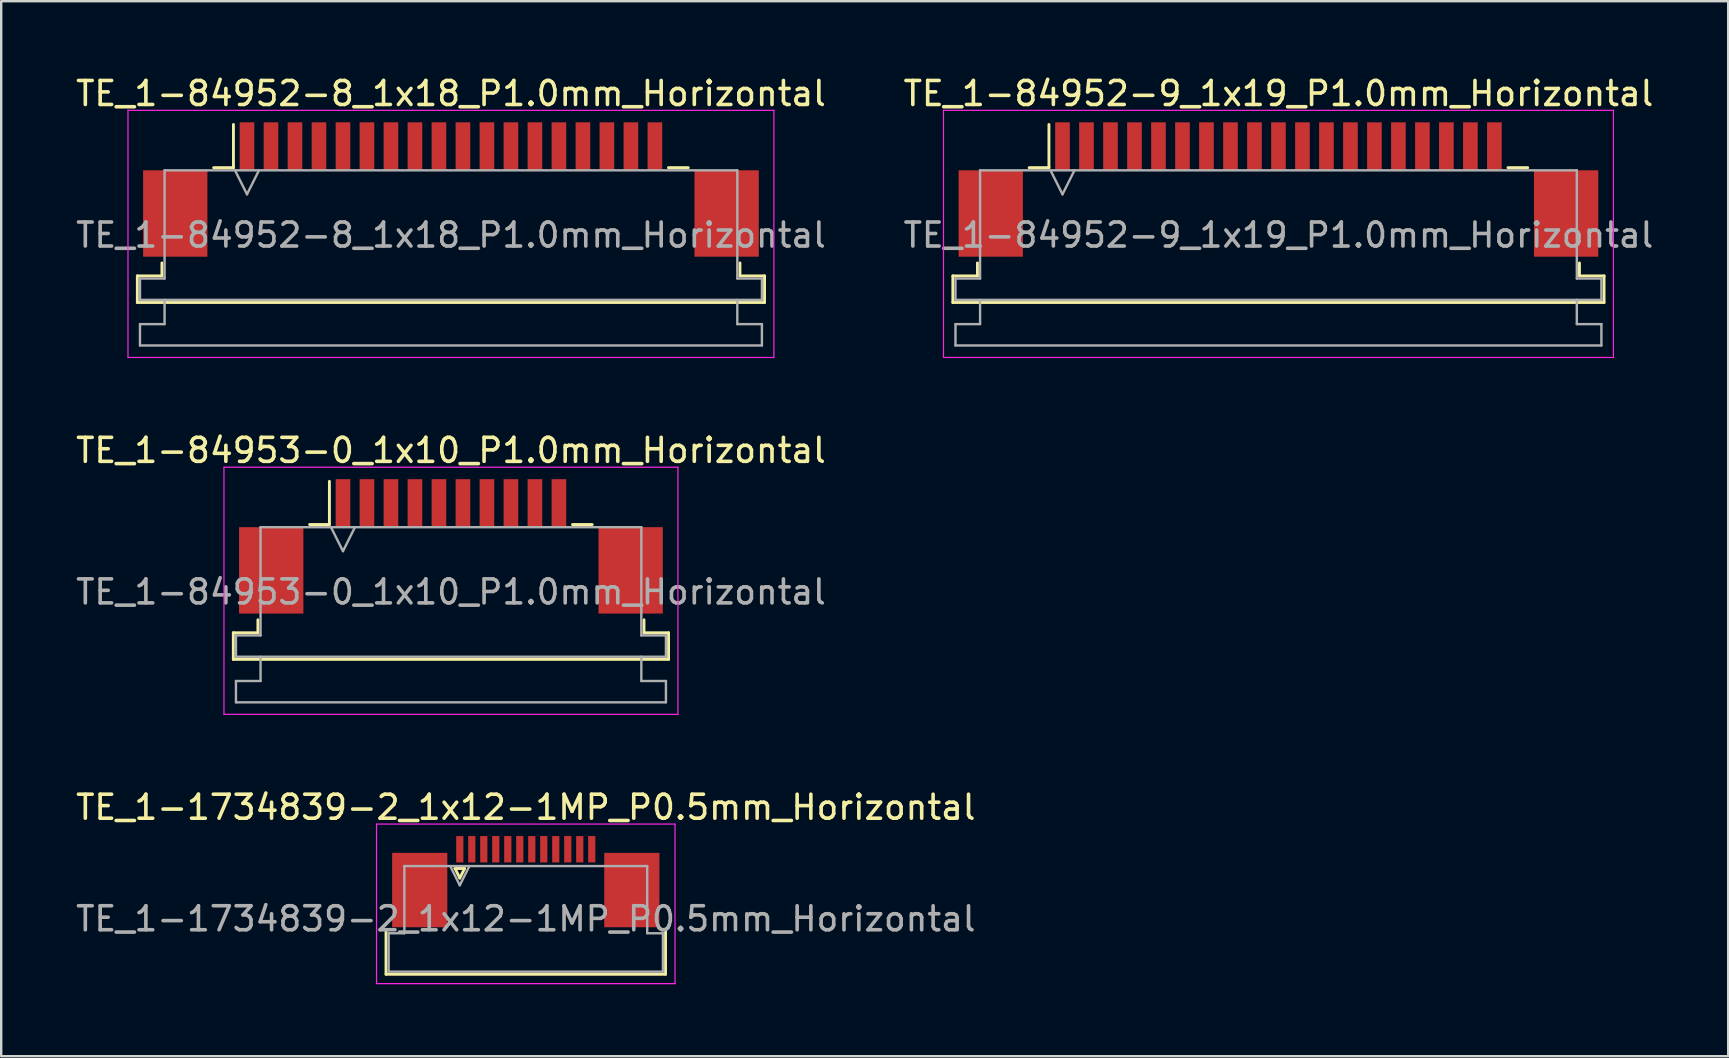
<source format=kicad_pcb>
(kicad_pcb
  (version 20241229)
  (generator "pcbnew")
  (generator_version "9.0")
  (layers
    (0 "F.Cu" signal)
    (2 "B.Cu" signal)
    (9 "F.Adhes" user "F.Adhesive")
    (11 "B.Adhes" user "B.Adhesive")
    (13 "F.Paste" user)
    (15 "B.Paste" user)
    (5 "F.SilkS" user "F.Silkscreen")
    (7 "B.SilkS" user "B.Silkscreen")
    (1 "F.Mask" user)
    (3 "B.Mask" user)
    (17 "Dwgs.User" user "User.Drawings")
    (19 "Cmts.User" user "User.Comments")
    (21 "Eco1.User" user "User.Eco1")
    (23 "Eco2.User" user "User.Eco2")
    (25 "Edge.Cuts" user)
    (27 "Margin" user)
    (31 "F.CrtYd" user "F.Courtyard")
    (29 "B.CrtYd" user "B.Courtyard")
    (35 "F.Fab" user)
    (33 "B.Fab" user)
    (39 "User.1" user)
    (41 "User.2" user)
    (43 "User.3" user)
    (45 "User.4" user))
  (footprint "TE_1-84953-0_1x10_P1.0mm_Horizontal"
    (layer "F.Cu")
    (at 15.744 19.721)
    (property "Reference" "TE_1-84953-0_1x10_P1.0mm_Horizontal" (at 0 -4 0) (layer "F.SilkS") (effects (font (size 1 1) (thickness 0.15))))
    (attr smd)
    (fp_line (start -9.07 3.6) (end -8.045 3.6) (stroke (width 0.12) (type solid)) (layer "F.SilkS"))
    (fp_line (start -9.07 4.71) (end -9.07 3.6) (stroke (width 0.12) (type solid)) (layer "F.SilkS"))
    (fp_line (start -8.045 3.6) (end -8.045 3.06) (stroke (width 0.12) (type solid)) (layer "F.SilkS"))
    (fp_line (start -5.89 -0.91) (end -5.065 -0.91) (stroke (width 0.12) (type solid)) (layer "F.SilkS"))
    (fp_line (start -5.065 -0.91) (end -5.065 -2.71) (stroke (width 0.12) (type solid)) (layer "F.SilkS"))
    (fp_line (start 5.065 -0.91) (end 5.89 -0.91) (stroke (width 0.12) (type solid)) (layer "F.SilkS"))
    (fp_line (start 8.045 3.06) (end 8.045 3.6) (stroke (width 0.12) (type solid)) (layer "F.SilkS"))
    (fp_line (start 8.045 3.6) (end 9.07 3.6) (stroke (width 0.12) (type solid)) (layer "F.SilkS"))
    (fp_line (start 9.07 3.6) (end 9.07 4.71) (stroke (width 0.12) (type solid)) (layer "F.SilkS"))
    (fp_line (start 9.07 4.71) (end -9.07 4.71) (stroke (width 0.12) (type solid)) (layer "F.SilkS"))
    (fp_line (start -9.46 -3.3) (end -9.46 7) (stroke (width 0.05) (type solid)) (layer "F.CrtYd"))
    (fp_line (start -9.46 7) (end 9.46 7) (stroke (width 0.05) (type solid)) (layer "F.CrtYd"))
    (fp_line (start 9.46 -3.3) (end -9.46 -3.3) (stroke (width 0.05) (type solid)) (layer "F.CrtYd"))
    (fp_line (start 9.46 7) (end 9.46 -3.3) (stroke (width 0.05) (type solid)) (layer "F.CrtYd"))
    (fp_line (start -8.96 3.71) (end -7.935 3.71) (stroke (width 0.1) (type solid)) (layer "F.Fab"))
    (fp_line (start -8.96 4.6) (end -8.96 3.71) (stroke (width 0.1) (type solid)) (layer "F.Fab"))
    (fp_line (start -8.96 5.61) (end -7.935 5.61) (stroke (width 0.1) (type solid)) (layer "F.Fab"))
    (fp_line (start -8.96 6.5) (end -8.96 5.61) (stroke (width 0.1) (type solid)) (layer "F.Fab"))
    (fp_line (start -7.935 -0.8) (end 7.935 -0.8) (stroke (width 0.1) (type solid)) (layer "F.Fab"))
    (fp_line (start -7.935 3.71) (end -7.935 -0.8) (stroke (width 0.1) (type solid)) (layer "F.Fab"))
    (fp_line (start -7.935 5.61) (end -7.935 4.6) (stroke (width 0.1) (type solid)) (layer "F.Fab"))
    (fp_line (start -5 -0.8) (end -4.5 0.2) (stroke (width 0.1) (type solid)) (layer "F.Fab"))
    (fp_line (start -4.5 0.2) (end -4 -0.8) (stroke (width 0.1) (type solid)) (layer "F.Fab"))
    (fp_line (start 7.935 -0.8) (end 7.935 3.71) (stroke (width 0.1) (type solid)) (layer "F.Fab"))
    (fp_line (start 7.935 3.71) (end 8.96 3.71) (stroke (width 0.1) (type solid)) (layer "F.Fab"))
    (fp_line (start 7.935 4.6) (end 7.935 5.61) (stroke (width 0.1) (type solid)) (layer "F.Fab"))
    (fp_line (start 7.935 5.61) (end 8.96 5.61) (stroke (width 0.1) (type solid)) (layer "F.Fab"))
    (fp_line (start 8.96 3.71) (end 8.96 4.6) (stroke (width 0.1) (type solid)) (layer "F.Fab"))
    (fp_line (start 8.96 4.6) (end -8.96 4.6) (stroke (width 0.1) (type solid)) (layer "F.Fab"))
    (fp_line (start 8.96 5.61) (end 8.96 6.5) (stroke (width 0.1) (type solid)) (layer "F.Fab"))
    (fp_line (start 8.96 6.5) (end -8.96 6.5) (stroke (width 0.1) (type solid)) (layer "F.Fab"))
    (fp_text user "${REFERENCE}" (at 0 1.9 0) (layer "F.Fab") (effects (font (size 1 1) (thickness 0.15))))
    (pad "" smd rect (at -7.49 1) (size 2.68 3.6) (layers "F.Cu" "F.Mask" "F.Paste"))
    (pad "" smd rect (at 7.49 1) (size 2.68 3.6) (layers "F.Cu" "F.Mask" "F.Paste"))
    (pad "1" smd rect (at -4.5 -1.8) (size 0.61 2) (layers "F.Cu" "F.Mask" "F.Paste"))
    (pad "2" smd rect (at -3.5 -1.8) (size 0.61 2) (layers "F.Cu" "F.Mask" "F.Paste"))
    (pad "3" smd rect (at -2.5 -1.8) (size 0.61 2) (layers "F.Cu" "F.Mask" "F.Paste"))
    (pad "4" smd rect (at -1.5 -1.8) (size 0.61 2) (layers "F.Cu" "F.Mask" "F.Paste"))
    (pad "5" smd rect (at -0.5 -1.8) (size 0.61 2) (layers "F.Cu" "F.Mask" "F.Paste"))
    (pad "6" smd rect (at 0.5 -1.8) (size 0.61 2) (layers "F.Cu" "F.Mask" "F.Paste"))
    (pad "7" smd rect (at 1.5 -1.8) (size 0.61 2) (layers "F.Cu" "F.Mask" "F.Paste"))
    (pad "8" smd rect (at 2.5 -1.8) (size 0.61 2) (layers "F.Cu" "F.Mask" "F.Paste"))
    (pad "9" smd rect (at 3.5 -1.8) (size 0.61 2) (layers "F.Cu" "F.Mask" "F.Paste"))
    (pad "10" smd rect (at 4.5 -1.8) (size 0.61 2) (layers "F.Cu" "F.Mask" "F.Paste")))
  (footprint "TE_1-84952-8_1x18_P1.0mm_Horizontal"
    (layer "F.Cu")
    (at 15.744 4.848)
    (property "Reference" "TE_1-84952-8_1x18_P1.0mm_Horizontal" (at 0 -4 0) (layer "F.SilkS") (effects (font (size 1 1) (thickness 0.15))))
    (attr smd)
    (fp_line (start -13.07 3.6) (end -12.045 3.6) (stroke (width 0.12) (type solid)) (layer "F.SilkS"))
    (fp_line (start -13.07 4.71) (end -13.07 3.6) (stroke (width 0.12) (type solid)) (layer "F.SilkS"))
    (fp_line (start -12.045 3.6) (end -12.045 3.06) (stroke (width 0.12) (type solid)) (layer "F.SilkS"))
    (fp_line (start -9.89 -0.91) (end -9.065 -0.91) (stroke (width 0.12) (type solid)) (layer "F.SilkS"))
    (fp_line (start -9.065 -0.91) (end -9.065 -2.71) (stroke (width 0.12) (type solid)) (layer "F.SilkS"))
    (fp_line (start 9.065 -0.91) (end 9.89 -0.91) (stroke (width 0.12) (type solid)) (layer "F.SilkS"))
    (fp_line (start 12.045 3.06) (end 12.045 3.6) (stroke (width 0.12) (type solid)) (layer "F.SilkS"))
    (fp_line (start 12.045 3.6) (end 13.07 3.6) (stroke (width 0.12) (type solid)) (layer "F.SilkS"))
    (fp_line (start 13.07 3.6) (end 13.07 4.71) (stroke (width 0.12) (type solid)) (layer "F.SilkS"))
    (fp_line (start 13.07 4.71) (end -13.07 4.71) (stroke (width 0.12) (type solid)) (layer "F.SilkS"))
    (fp_line (start -13.46 -3.3) (end -13.46 7) (stroke (width 0.05) (type solid)) (layer "F.CrtYd"))
    (fp_line (start -13.46 7) (end 13.46 7) (stroke (width 0.05) (type solid)) (layer "F.CrtYd"))
    (fp_line (start 13.46 -3.3) (end -13.46 -3.3) (stroke (width 0.05) (type solid)) (layer "F.CrtYd"))
    (fp_line (start 13.46 7) (end 13.46 -3.3) (stroke (width 0.05) (type solid)) (layer "F.CrtYd"))
    (fp_line (start -12.96 3.71) (end -11.935 3.71) (stroke (width 0.1) (type solid)) (layer "F.Fab"))
    (fp_line (start -12.96 4.6) (end -12.96 3.71) (stroke (width 0.1) (type solid)) (layer "F.Fab"))
    (fp_line (start -12.96 5.61) (end -11.935 5.61) (stroke (width 0.1) (type solid)) (layer "F.Fab"))
    (fp_line (start -12.96 6.5) (end -12.96 5.61) (stroke (width 0.1) (type solid)) (layer "F.Fab"))
    (fp_line (start -11.935 -0.8) (end 11.935 -0.8) (stroke (width 0.1) (type solid)) (layer "F.Fab"))
    (fp_line (start -11.935 3.71) (end -11.935 -0.8) (stroke (width 0.1) (type solid)) (layer "F.Fab"))
    (fp_line (start -11.935 5.61) (end -11.935 4.6) (stroke (width 0.1) (type solid)) (layer "F.Fab"))
    (fp_line (start -9 -0.8) (end -8.5 0.2) (stroke (width 0.1) (type solid)) (layer "F.Fab"))
    (fp_line (start -8.5 0.2) (end -8 -0.8) (stroke (width 0.1) (type solid)) (layer "F.Fab"))
    (fp_line (start 11.935 -0.8) (end 11.935 3.71) (stroke (width 0.1) (type solid)) (layer "F.Fab"))
    (fp_line (start 11.935 3.71) (end 12.96 3.71) (stroke (width 0.1) (type solid)) (layer "F.Fab"))
    (fp_line (start 11.935 4.6) (end 11.935 5.61) (stroke (width 0.1) (type solid)) (layer "F.Fab"))
    (fp_line (start 11.935 5.61) (end 12.96 5.61) (stroke (width 0.1) (type solid)) (layer "F.Fab"))
    (fp_line (start 12.96 3.71) (end 12.96 4.6) (stroke (width 0.1) (type solid)) (layer "F.Fab"))
    (fp_line (start 12.96 4.6) (end -12.96 4.6) (stroke (width 0.1) (type solid)) (layer "F.Fab"))
    (fp_line (start 12.96 5.61) (end 12.96 6.5) (stroke (width 0.1) (type solid)) (layer "F.Fab"))
    (fp_line (start 12.96 6.5) (end -12.96 6.5) (stroke (width 0.1) (type solid)) (layer "F.Fab"))
    (fp_text user "${REFERENCE}" (at 0 1.9 0) (layer "F.Fab") (effects (font (size 1 1) (thickness 0.15))))
    (pad "" smd rect (at -11.49 1) (size 2.68 3.6) (layers "F.Cu" "F.Mask" "F.Paste"))
    (pad "" smd rect (at 11.49 1) (size 2.68 3.6) (layers "F.Cu" "F.Mask" "F.Paste"))
    (pad "1" smd rect (at -8.5 -1.8) (size 0.61 2) (layers "F.Cu" "F.Mask" "F.Paste"))
    (pad "2" smd rect (at -7.5 -1.8) (size 0.61 2) (layers "F.Cu" "F.Mask" "F.Paste"))
    (pad "3" smd rect (at -6.5 -1.8) (size 0.61 2) (layers "F.Cu" "F.Mask" "F.Paste"))
    (pad "4" smd rect (at -5.5 -1.8) (size 0.61 2) (layers "F.Cu" "F.Mask" "F.Paste"))
    (pad "5" smd rect (at -4.5 -1.8) (size 0.61 2) (layers "F.Cu" "F.Mask" "F.Paste"))
    (pad "6" smd rect (at -3.5 -1.8) (size 0.61 2) (layers "F.Cu" "F.Mask" "F.Paste"))
    (pad "7" smd rect (at -2.5 -1.8) (size 0.61 2) (layers "F.Cu" "F.Mask" "F.Paste"))
    (pad "8" smd rect (at -1.5 -1.8) (size 0.61 2) (layers "F.Cu" "F.Mask" "F.Paste"))
    (pad "9" smd rect (at -0.5 -1.8) (size 0.61 2) (layers "F.Cu" "F.Mask" "F.Paste"))
    (pad "10" smd rect (at 0.5 -1.8) (size 0.61 2) (layers "F.Cu" "F.Mask" "F.Paste"))
    (pad "11" smd rect (at 1.5 -1.8) (size 0.61 2) (layers "F.Cu" "F.Mask" "F.Paste"))
    (pad "12" smd rect (at 2.5 -1.8) (size 0.61 2) (layers "F.Cu" "F.Mask" "F.Paste"))
    (pad "13" smd rect (at 3.5 -1.8) (size 0.61 2) (layers "F.Cu" "F.Mask" "F.Paste"))
    (pad "14" smd rect (at 4.5 -1.8) (size 0.61 2) (layers "F.Cu" "F.Mask" "F.Paste"))
    (pad "15" smd rect (at 5.5 -1.8) (size 0.61 2) (layers "F.Cu" "F.Mask" "F.Paste"))
    (pad "16" smd rect (at 6.5 -1.8) (size 0.61 2) (layers "F.Cu" "F.Mask" "F.Paste"))
    (pad "17" smd rect (at 7.5 -1.8) (size 0.61 2) (layers "F.Cu" "F.Mask" "F.Paste"))
    (pad "18" smd rect (at 8.5 -1.8) (size 0.61 2) (layers "F.Cu" "F.Mask" "F.Paste")))
  (footprint "TE_1-84952-9_1x19_P1.0mm_Horizontal"
    (layer "F.Cu")
    (at 50.232 4.848)
    (property "Reference" "TE_1-84952-9_1x19_P1.0mm_Horizontal" (at 0 -4 0) (layer "F.SilkS") (effects (font (size 1 1) (thickness 0.15))))
    (attr smd)
    (fp_line (start -13.57 3.6) (end -12.545 3.6) (stroke (width 0.12) (type solid)) (layer "F.SilkS"))
    (fp_line (start -13.57 4.71) (end -13.57 3.6) (stroke (width 0.12) (type solid)) (layer "F.SilkS"))
    (fp_line (start -12.545 3.6) (end -12.545 3.06) (stroke (width 0.12) (type solid)) (layer "F.SilkS"))
    (fp_line (start -10.39 -0.91) (end -9.565 -0.91) (stroke (width 0.12) (type solid)) (layer "F.SilkS"))
    (fp_line (start -9.565 -0.91) (end -9.565 -2.71) (stroke (width 0.12) (type solid)) (layer "F.SilkS"))
    (fp_line (start 9.565 -0.91) (end 10.39 -0.91) (stroke (width 0.12) (type solid)) (layer "F.SilkS"))
    (fp_line (start 12.545 3.06) (end 12.545 3.6) (stroke (width 0.12) (type solid)) (layer "F.SilkS"))
    (fp_line (start 12.545 3.6) (end 13.57 3.6) (stroke (width 0.12) (type solid)) (layer "F.SilkS"))
    (fp_line (start 13.57 3.6) (end 13.57 4.71) (stroke (width 0.12) (type solid)) (layer "F.SilkS"))
    (fp_line (start 13.57 4.71) (end -13.57 4.71) (stroke (width 0.12) (type solid)) (layer "F.SilkS"))
    (fp_line (start -13.96 -3.3) (end -13.96 7) (stroke (width 0.05) (type solid)) (layer "F.CrtYd"))
    (fp_line (start -13.96 7) (end 13.96 7) (stroke (width 0.05) (type solid)) (layer "F.CrtYd"))
    (fp_line (start 13.96 -3.3) (end -13.96 -3.3) (stroke (width 0.05) (type solid)) (layer "F.CrtYd"))
    (fp_line (start 13.96 7) (end 13.96 -3.3) (stroke (width 0.05) (type solid)) (layer "F.CrtYd"))
    (fp_line (start -13.46 3.71) (end -12.435 3.71) (stroke (width 0.1) (type solid)) (layer "F.Fab"))
    (fp_line (start -13.46 4.6) (end -13.46 3.71) (stroke (width 0.1) (type solid)) (layer "F.Fab"))
    (fp_line (start -13.46 5.61) (end -12.435 5.61) (stroke (width 0.1) (type solid)) (layer "F.Fab"))
    (fp_line (start -13.46 6.5) (end -13.46 5.61) (stroke (width 0.1) (type solid)) (layer "F.Fab"))
    (fp_line (start -12.435 -0.8) (end 12.435 -0.8) (stroke (width 0.1) (type solid)) (layer "F.Fab"))
    (fp_line (start -12.435 3.71) (end -12.435 -0.8) (stroke (width 0.1) (type solid)) (layer "F.Fab"))
    (fp_line (start -12.435 5.61) (end -12.435 4.6) (stroke (width 0.1) (type solid)) (layer "F.Fab"))
    (fp_line (start -9.5 -0.8) (end -9 0.2) (stroke (width 0.1) (type solid)) (layer "F.Fab"))
    (fp_line (start -9 0.2) (end -8.5 -0.8) (stroke (width 0.1) (type solid)) (layer "F.Fab"))
    (fp_line (start 12.435 -0.8) (end 12.435 3.71) (stroke (width 0.1) (type solid)) (layer "F.Fab"))
    (fp_line (start 12.435 3.71) (end 13.46 3.71) (stroke (width 0.1) (type solid)) (layer "F.Fab"))
    (fp_line (start 12.435 4.6) (end 12.435 5.61) (stroke (width 0.1) (type solid)) (layer "F.Fab"))
    (fp_line (start 12.435 5.61) (end 13.46 5.61) (stroke (width 0.1) (type solid)) (layer "F.Fab"))
    (fp_line (start 13.46 3.71) (end 13.46 4.6) (stroke (width 0.1) (type solid)) (layer "F.Fab"))
    (fp_line (start 13.46 4.6) (end -13.46 4.6) (stroke (width 0.1) (type solid)) (layer "F.Fab"))
    (fp_line (start 13.46 5.61) (end 13.46 6.5) (stroke (width 0.1) (type solid)) (layer "F.Fab"))
    (fp_line (start 13.46 6.5) (end -13.46 6.5) (stroke (width 0.1) (type solid)) (layer "F.Fab"))
    (fp_text user "${REFERENCE}" (at 0 1.9 0) (layer "F.Fab") (effects (font (size 1 1) (thickness 0.15))))
    (pad "" smd rect (at -11.99 1) (size 2.68 3.6) (layers "F.Cu" "F.Mask" "F.Paste"))
    (pad "" smd rect (at 11.99 1) (size 2.68 3.6) (layers "F.Cu" "F.Mask" "F.Paste"))
    (pad "1" smd rect (at -9 -1.8) (size 0.61 2) (layers "F.Cu" "F.Mask" "F.Paste"))
    (pad "2" smd rect (at -8 -1.8) (size 0.61 2) (layers "F.Cu" "F.Mask" "F.Paste"))
    (pad "3" smd rect (at -7 -1.8) (size 0.61 2) (layers "F.Cu" "F.Mask" "F.Paste"))
    (pad "4" smd rect (at -6 -1.8) (size 0.61 2) (layers "F.Cu" "F.Mask" "F.Paste"))
    (pad "5" smd rect (at -5 -1.8) (size 0.61 2) (layers "F.Cu" "F.Mask" "F.Paste"))
    (pad "6" smd rect (at -4 -1.8) (size 0.61 2) (layers "F.Cu" "F.Mask" "F.Paste"))
    (pad "7" smd rect (at -3 -1.8) (size 0.61 2) (layers "F.Cu" "F.Mask" "F.Paste"))
    (pad "8" smd rect (at -2 -1.8) (size 0.61 2) (layers "F.Cu" "F.Mask" "F.Paste"))
    (pad "9" smd rect (at -1 -1.8) (size 0.61 2) (layers "F.Cu" "F.Mask" "F.Paste"))
    (pad "10" smd rect (at 0 -1.8) (size 0.61 2) (layers "F.Cu" "F.Mask" "F.Paste"))
    (pad "11" smd rect (at 1 -1.8) (size 0.61 2) (layers "F.Cu" "F.Mask" "F.Paste"))
    (pad "12" smd rect (at 2 -1.8) (size 0.61 2) (layers "F.Cu" "F.Mask" "F.Paste"))
    (pad "13" smd rect (at 3 -1.8) (size 0.61 2) (layers "F.Cu" "F.Mask" "F.Paste"))
    (pad "14" smd rect (at 4 -1.8) (size 0.61 2) (layers "F.Cu" "F.Mask" "F.Paste"))
    (pad "15" smd rect (at 5 -1.8) (size 0.61 2) (layers "F.Cu" "F.Mask" "F.Paste"))
    (pad "16" smd rect (at 6 -1.8) (size 0.61 2) (layers "F.Cu" "F.Mask" "F.Paste"))
    (pad "17" smd rect (at 7 -1.8) (size 0.61 2) (layers "F.Cu" "F.Mask" "F.Paste"))
    (pad "18" smd rect (at 8 -1.8) (size 0.61 2) (layers "F.Cu" "F.Mask" "F.Paste"))
    (pad "19" smd rect (at 9 -1.8) (size 0.61 2) (layers "F.Cu" "F.Mask" "F.Paste")))
  (footprint "TE_1-1734839-2_1x12-1MP_P0.5mm_Horizontal"
    (layer "F.Cu")
    (at 18.863 33.695)
    (property "Reference" "TE_1-1734839-2_1x12-1MP_P0.5mm_Horizontal" (at 0 -3.1 0) (layer "F.SilkS") (effects (font (size 1 1) (thickness 0.15))))
    (attr smd)
    (fp_line (start -5.825 3.86) (end -5.825 2.04) (stroke (width 0.12) (type solid)) (layer "F.SilkS"))
    (fp_line (start -2.95 -0.55) (end -2.75 -0.15) (stroke (width 0.12) (type solid)) (layer "F.SilkS"))
    (fp_line (start -2.75 -0.15) (end -2.55 -0.55) (stroke (width 0.12) (type solid)) (layer "F.SilkS"))
    (fp_line (start -2.55 -0.55) (end -2.95 -0.55) (stroke (width 0.12) (type solid)) (layer "F.SilkS"))
    (fp_line (start 5.825 2.04) (end 5.825 3.86) (stroke (width 0.12) (type solid)) (layer "F.SilkS"))
    (fp_line (start 5.825 3.86) (end -5.825 3.86) (stroke (width 0.12) (type solid)) (layer "F.SilkS"))
    (fp_line (start -6.22 -2.4) (end -6.22 4.25) (stroke (width 0.05) (type solid)) (layer "F.CrtYd"))
    (fp_line (start -6.22 4.25) (end 6.22 4.25) (stroke (width 0.05) (type solid)) (layer "F.CrtYd"))
    (fp_line (start 6.22 -2.4) (end -6.22 -2.4) (stroke (width 0.05) (type solid)) (layer "F.CrtYd"))
    (fp_line (start 6.22 4.25) (end 6.22 -2.4) (stroke (width 0.05) (type solid)) (layer "F.CrtYd"))
    (fp_line (start -5.715 2.15) (end -5.06 2.15) (stroke (width 0.1) (type solid)) (layer "F.Fab"))
    (fp_line (start -5.715 3.75) (end -5.715 2.15) (stroke (width 0.1) (type solid)) (layer "F.Fab"))
    (fp_line (start -5.06 -0.65) (end 5.06 -0.65) (stroke (width 0.1) (type solid)) (layer "F.Fab"))
    (fp_line (start -5.06 2.15) (end -5.06 -0.65) (stroke (width 0.1) (type solid)) (layer "F.Fab"))
    (fp_line (start -3.15 -0.65) (end -2.75 0.15) (stroke (width 0.1) (type solid)) (layer "F.Fab"))
    (fp_line (start -2.75 0.15) (end -2.35 -0.65) (stroke (width 0.1) (type solid)) (layer "F.Fab"))
    (fp_line (start 5.06 -0.65) (end 5.06 2.15) (stroke (width 0.1) (type solid)) (layer "F.Fab"))
    (fp_line (start 5.06 2.15) (end 5.715 2.15) (stroke (width 0.1) (type solid)) (layer "F.Fab"))
    (fp_line (start 5.715 2.15) (end 5.715 3.75) (stroke (width 0.1) (type solid)) (layer "F.Fab"))
    (fp_line (start 5.715 3.75) (end -5.715 3.75) (stroke (width 0.1) (type solid)) (layer "F.Fab"))
    (fp_text user "${REFERENCE}" (at 0 1.55 0) (layer "F.Fab") (effects (font (size 1 1) (thickness 0.15))))
    (pad "1" smd rect (at -2.75 -1.35) (size 0.3 1.1) (layers "F.Cu" "F.Mask" "F.Paste"))
    (pad "2" smd rect (at -2.25 -1.35) (size 0.3 1.1) (layers "F.Cu" "F.Mask" "F.Paste"))
    (pad "3" smd rect (at -1.75 -1.35) (size 0.3 1.1) (layers "F.Cu" "F.Mask" "F.Paste"))
    (pad "4" smd rect (at -1.25 -1.35) (size 0.3 1.1) (layers "F.Cu" "F.Mask" "F.Paste"))
    (pad "5" smd rect (at -0.75 -1.35) (size 0.3 1.1) (layers "F.Cu" "F.Mask" "F.Paste"))
    (pad "6" smd rect (at -0.25 -1.35) (size 0.3 1.1) (layers "F.Cu" "F.Mask" "F.Paste"))
    (pad "7" smd rect (at 0.25 -1.35) (size 0.3 1.1) (layers "F.Cu" "F.Mask" "F.Paste"))
    (pad "8" smd rect (at 0.75 -1.35) (size 0.3 1.1) (layers "F.Cu" "F.Mask" "F.Paste"))
    (pad "9" smd rect (at 1.25 -1.35) (size 0.3 1.1) (layers "F.Cu" "F.Mask" "F.Paste"))
    (pad "10" smd rect (at 1.75 -1.35) (size 0.3 1.1) (layers "F.Cu" "F.Mask" "F.Paste"))
    (pad "11" smd rect (at 2.25 -1.35) (size 0.3 1.1) (layers "F.Cu" "F.Mask" "F.Paste"))
    (pad "12" smd rect (at 2.75 -1.35) (size 0.3 1.1) (layers "F.Cu" "F.Mask" "F.Paste"))
    (pad "MP" smd rect (at -4.42 0.35) (size 2.3 3.1) (layers "F.Cu" "F.Mask" "F.Paste"))
    (pad "MP" smd rect (at 4.42 0.35) (size 2.3 3.1) (layers "F.Cu" "F.Mask" "F.Paste")))
  (gr_rect
    (start -3 -3)
    (end 68.976 40.97)
    (stroke (width 0.1) (type default))
    (fill no)
    (layer "Edge.Cuts")))
</source>
